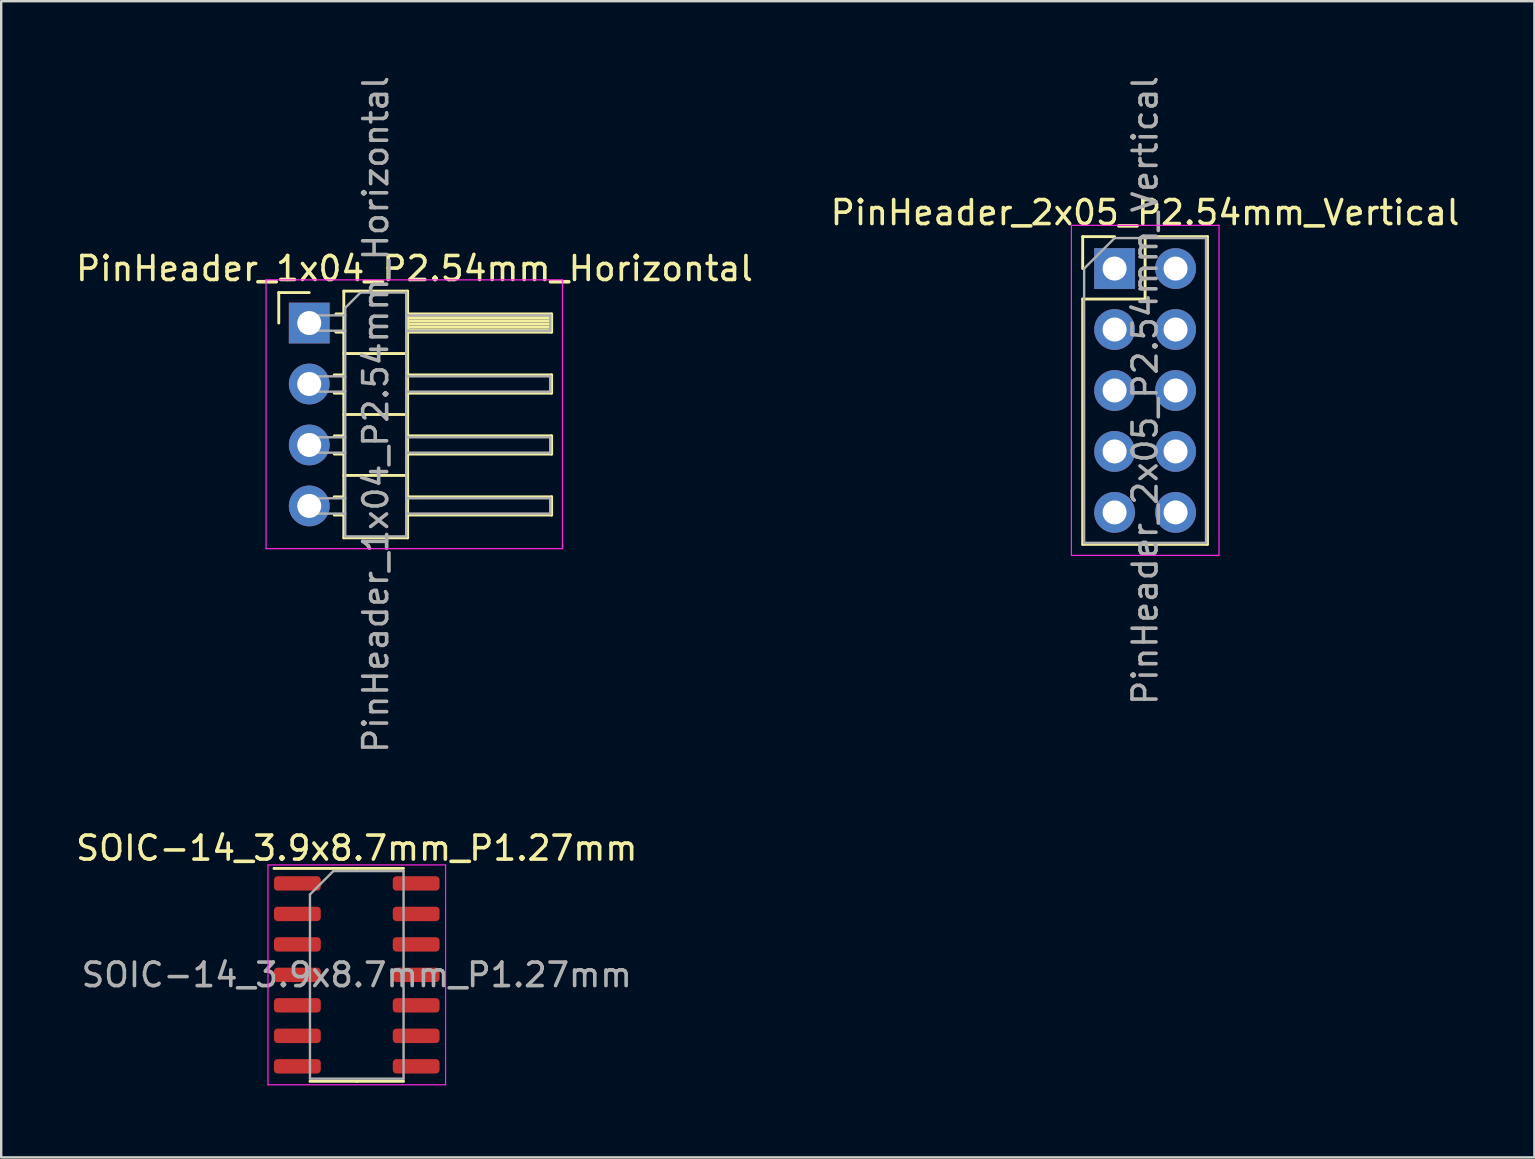
<source format=kicad_pcb>
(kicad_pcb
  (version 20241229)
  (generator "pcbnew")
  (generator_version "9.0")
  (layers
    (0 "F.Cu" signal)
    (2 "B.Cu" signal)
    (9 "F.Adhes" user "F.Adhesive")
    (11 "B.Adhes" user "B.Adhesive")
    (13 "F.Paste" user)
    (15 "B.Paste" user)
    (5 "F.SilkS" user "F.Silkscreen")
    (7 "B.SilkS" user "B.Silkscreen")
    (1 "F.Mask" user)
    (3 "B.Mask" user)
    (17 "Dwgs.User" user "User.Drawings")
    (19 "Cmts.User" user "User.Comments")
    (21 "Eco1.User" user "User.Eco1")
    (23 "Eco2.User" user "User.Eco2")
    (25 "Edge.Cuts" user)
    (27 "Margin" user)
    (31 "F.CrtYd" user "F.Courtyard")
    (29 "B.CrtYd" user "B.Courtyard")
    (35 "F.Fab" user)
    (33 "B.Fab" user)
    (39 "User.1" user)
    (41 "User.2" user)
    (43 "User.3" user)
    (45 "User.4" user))
  (footprint "PinHeader_1x04_P2.54mm_Horizontal"
    (layer "F.Cu")
    (at 9.835 10.41)
    (property "Reference" "PinHeader_1x04_P2.54mm_Horizontal" (at 4.385 -2.27 0) (layer "F.SilkS") (effects (font (size 1 1) (thickness 0.15))))
    (attr through_hole)
    (fp_line (start -1.27 -1.27) (end 0 -1.27) (stroke (width 0.12) (type solid)) (layer "F.SilkS"))
    (fp_line (start -1.27 0) (end -1.27 -1.27) (stroke (width 0.12) (type solid)) (layer "F.SilkS"))
    (fp_line (start 1.043 2.16) (end 1.44 2.16) (stroke (width 0.12) (type solid)) (layer "F.SilkS"))
    (fp_line (start 1.043 2.92) (end 1.44 2.92) (stroke (width 0.12) (type solid)) (layer "F.SilkS"))
    (fp_line (start 1.043 4.7) (end 1.44 4.7) (stroke (width 0.12) (type solid)) (layer "F.SilkS"))
    (fp_line (start 1.043 5.46) (end 1.44 5.46) (stroke (width 0.12) (type solid)) (layer "F.SilkS"))
    (fp_line (start 1.043 7.24) (end 1.44 7.24) (stroke (width 0.12) (type solid)) (layer "F.SilkS"))
    (fp_line (start 1.043 8) (end 1.44 8) (stroke (width 0.12) (type solid)) (layer "F.SilkS"))
    (fp_line (start 1.11 -0.38) (end 1.44 -0.38) (stroke (width 0.12) (type solid)) (layer "F.SilkS"))
    (fp_line (start 1.11 0.38) (end 1.44 0.38) (stroke (width 0.12) (type solid)) (layer "F.SilkS"))
    (fp_line (start 1.44 -1.33) (end 1.44 8.95) (stroke (width 0.12) (type solid)) (layer "F.SilkS"))
    (fp_line (start 1.44 1.27) (end 4.1 1.27) (stroke (width 0.12) (type solid)) (layer "F.SilkS"))
    (fp_line (start 1.44 3.81) (end 4.1 3.81) (stroke (width 0.12) (type solid)) (layer "F.SilkS"))
    (fp_line (start 1.44 6.35) (end 4.1 6.35) (stroke (width 0.12) (type solid)) (layer "F.SilkS"))
    (fp_line (start 1.44 8.95) (end 4.1 8.95) (stroke (width 0.12) (type solid)) (layer "F.SilkS"))
    (fp_line (start 4.1 -1.33) (end 1.44 -1.33) (stroke (width 0.12) (type solid)) (layer "F.SilkS"))
    (fp_line (start 4.1 -0.38) (end 10.1 -0.38) (stroke (width 0.12) (type solid)) (layer "F.SilkS"))
    (fp_line (start 4.1 -0.32) (end 10.1 -0.32) (stroke (width 0.12) (type solid)) (layer "F.SilkS"))
    (fp_line (start 4.1 -0.2) (end 10.1 -0.2) (stroke (width 0.12) (type solid)) (layer "F.SilkS"))
    (fp_line (start 4.1 -0.08) (end 10.1 -0.08) (stroke (width 0.12) (type solid)) (layer "F.SilkS"))
    (fp_line (start 4.1 0.04) (end 10.1 0.04) (stroke (width 0.12) (type solid)) (layer "F.SilkS"))
    (fp_line (start 4.1 0.16) (end 10.1 0.16) (stroke (width 0.12) (type solid)) (layer "F.SilkS"))
    (fp_line (start 4.1 0.28) (end 10.1 0.28) (stroke (width 0.12) (type solid)) (layer "F.SilkS"))
    (fp_line (start 4.1 2.16) (end 10.1 2.16) (stroke (width 0.12) (type solid)) (layer "F.SilkS"))
    (fp_line (start 4.1 4.7) (end 10.1 4.7) (stroke (width 0.12) (type solid)) (layer "F.SilkS"))
    (fp_line (start 4.1 7.24) (end 10.1 7.24) (stroke (width 0.12) (type solid)) (layer "F.SilkS"))
    (fp_line (start 4.1 8.95) (end 4.1 -1.33) (stroke (width 0.12) (type solid)) (layer "F.SilkS"))
    (fp_line (start 10.1 -0.38) (end 10.1 0.38) (stroke (width 0.12) (type solid)) (layer "F.SilkS"))
    (fp_line (start 10.1 0.38) (end 4.1 0.38) (stroke (width 0.12) (type solid)) (layer "F.SilkS"))
    (fp_line (start 10.1 2.16) (end 10.1 2.92) (stroke (width 0.12) (type solid)) (layer "F.SilkS"))
    (fp_line (start 10.1 2.92) (end 4.1 2.92) (stroke (width 0.12) (type solid)) (layer "F.SilkS"))
    (fp_line (start 10.1 4.7) (end 10.1 5.46) (stroke (width 0.12) (type solid)) (layer "F.SilkS"))
    (fp_line (start 10.1 5.46) (end 4.1 5.46) (stroke (width 0.12) (type solid)) (layer "F.SilkS"))
    (fp_line (start 10.1 7.24) (end 10.1 8) (stroke (width 0.12) (type solid)) (layer "F.SilkS"))
    (fp_line (start 10.1 8) (end 4.1 8) (stroke (width 0.12) (type solid)) (layer "F.SilkS"))
    (fp_line (start -1.8 -1.8) (end -1.8 9.4) (stroke (width 0.05) (type solid)) (layer "F.CrtYd"))
    (fp_line (start -1.8 9.4) (end 10.55 9.4) (stroke (width 0.05) (type solid)) (layer "F.CrtYd"))
    (fp_line (start 10.55 -1.8) (end -1.8 -1.8) (stroke (width 0.05) (type solid)) (layer "F.CrtYd"))
    (fp_line (start 10.55 9.4) (end 10.55 -1.8) (stroke (width 0.05) (type solid)) (layer "F.CrtYd"))
    (fp_line (start -0.32 -0.32) (end -0.32 0.32) (stroke (width 0.1) (type solid)) (layer "F.Fab"))
    (fp_line (start -0.32 -0.32) (end 1.5 -0.32) (stroke (width 0.1) (type solid)) (layer "F.Fab"))
    (fp_line (start -0.32 0.32) (end 1.5 0.32) (stroke (width 0.1) (type solid)) (layer "F.Fab"))
    (fp_line (start -0.32 2.22) (end -0.32 2.86) (stroke (width 0.1) (type solid)) (layer "F.Fab"))
    (fp_line (start -0.32 2.22) (end 1.5 2.22) (stroke (width 0.1) (type solid)) (layer "F.Fab"))
    (fp_line (start -0.32 2.86) (end 1.5 2.86) (stroke (width 0.1) (type solid)) (layer "F.Fab"))
    (fp_line (start -0.32 4.76) (end -0.32 5.4) (stroke (width 0.1) (type solid)) (layer "F.Fab"))
    (fp_line (start -0.32 4.76) (end 1.5 4.76) (stroke (width 0.1) (type solid)) (layer "F.Fab"))
    (fp_line (start -0.32 5.4) (end 1.5 5.4) (stroke (width 0.1) (type solid)) (layer "F.Fab"))
    (fp_line (start -0.32 7.3) (end -0.32 7.94) (stroke (width 0.1) (type solid)) (layer "F.Fab"))
    (fp_line (start -0.32 7.3) (end 1.5 7.3) (stroke (width 0.1) (type solid)) (layer "F.Fab"))
    (fp_line (start -0.32 7.94) (end 1.5 7.94) (stroke (width 0.1) (type solid)) (layer "F.Fab"))
    (fp_line (start 1.5 -0.635) (end 2.135 -1.27) (stroke (width 0.1) (type solid)) (layer "F.Fab"))
    (fp_line (start 1.5 8.89) (end 1.5 -0.635) (stroke (width 0.1) (type solid)) (layer "F.Fab"))
    (fp_line (start 2.135 -1.27) (end 4.04 -1.27) (stroke (width 0.1) (type solid)) (layer "F.Fab"))
    (fp_line (start 4.04 -1.27) (end 4.04 8.89) (stroke (width 0.1) (type solid)) (layer "F.Fab"))
    (fp_line (start 4.04 -0.32) (end 10.04 -0.32) (stroke (width 0.1) (type solid)) (layer "F.Fab"))
    (fp_line (start 4.04 0.32) (end 10.04 0.32) (stroke (width 0.1) (type solid)) (layer "F.Fab"))
    (fp_line (start 4.04 2.22) (end 10.04 2.22) (stroke (width 0.1) (type solid)) (layer "F.Fab"))
    (fp_line (start 4.04 2.86) (end 10.04 2.86) (stroke (width 0.1) (type solid)) (layer "F.Fab"))
    (fp_line (start 4.04 4.76) (end 10.04 4.76) (stroke (width 0.1) (type solid)) (layer "F.Fab"))
    (fp_line (start 4.04 5.4) (end 10.04 5.4) (stroke (width 0.1) (type solid)) (layer "F.Fab"))
    (fp_line (start 4.04 7.3) (end 10.04 7.3) (stroke (width 0.1) (type solid)) (layer "F.Fab"))
    (fp_line (start 4.04 7.94) (end 10.04 7.94) (stroke (width 0.1) (type solid)) (layer "F.Fab"))
    (fp_line (start 4.04 8.89) (end 1.5 8.89) (stroke (width 0.1) (type solid)) (layer "F.Fab"))
    (fp_line (start 10.04 -0.32) (end 10.04 0.32) (stroke (width 0.1) (type solid)) (layer "F.Fab"))
    (fp_line (start 10.04 2.22) (end 10.04 2.86) (stroke (width 0.1) (type solid)) (layer "F.Fab"))
    (fp_line (start 10.04 4.76) (end 10.04 5.4) (stroke (width 0.1) (type solid)) (layer "F.Fab"))
    (fp_line (start 10.04 7.3) (end 10.04 7.94) (stroke (width 0.1) (type solid)) (layer "F.Fab"))
    (fp_text user "${REFERENCE}" (at 2.77 3.81 90) (layer "F.Fab") (effects (font (size 1 1) (thickness 0.15))))
    (pad "1" thru_hole rect (at 0 0) (size 1.7 1.7) (drill 1) (layers "*.Cu" "*.Mask"))
    (pad "2" thru_hole oval (at 0 2.54) (size 1.7 1.7) (drill 1) (layers "*.Cu" "*.Mask"))
    (pad "3" thru_hole oval (at 0 5.08) (size 1.7 1.7) (drill 1) (layers "*.Cu" "*.Mask"))
    (pad "4" thru_hole oval (at 0 7.62) (size 1.7 1.7) (drill 1) (layers "*.Cu" "*.Mask")))
  (footprint "SOIC-14_3.9x8.7mm_P1.27mm"
    (layer "F.Cu")
    (at 11.815 37.569)
    (property "Reference" "SOIC-14_3.9x8.7mm_P1.27mm" (at 0 -5.28 0) (layer "F.SilkS") (effects (font (size 1 1) (thickness 0.15))))
    (attr smd)
    (fp_line (start 0 -4.435) (end -3.45 -4.435) (stroke (width 0.12) (type solid)) (layer "F.SilkS"))
    (fp_line (start 0 -4.435) (end 1.95 -4.435) (stroke (width 0.12) (type solid)) (layer "F.SilkS"))
    (fp_line (start 0 4.435) (end -1.95 4.435) (stroke (width 0.12) (type solid)) (layer "F.SilkS"))
    (fp_line (start 0 4.435) (end 1.95 4.435) (stroke (width 0.12) (type solid)) (layer "F.SilkS"))
    (fp_line (start -3.7 -4.58) (end -3.7 4.58) (stroke (width 0.05) (type solid)) (layer "F.CrtYd"))
    (fp_line (start -3.7 4.58) (end 3.7 4.58) (stroke (width 0.05) (type solid)) (layer "F.CrtYd"))
    (fp_line (start 3.7 -4.58) (end -3.7 -4.58) (stroke (width 0.05) (type solid)) (layer "F.CrtYd"))
    (fp_line (start 3.7 4.58) (end 3.7 -4.58) (stroke (width 0.05) (type solid)) (layer "F.CrtYd"))
    (fp_line (start -1.95 -3.35) (end -0.975 -4.325) (stroke (width 0.1) (type solid)) (layer "F.Fab"))
    (fp_line (start -1.95 4.325) (end -1.95 -3.35) (stroke (width 0.1) (type solid)) (layer "F.Fab"))
    (fp_line (start -0.975 -4.325) (end 1.95 -4.325) (stroke (width 0.1) (type solid)) (layer "F.Fab"))
    (fp_line (start 1.95 -4.325) (end 1.95 4.325) (stroke (width 0.1) (type solid)) (layer "F.Fab"))
    (fp_line (start 1.95 4.325) (end -1.95 4.325) (stroke (width 0.1) (type solid)) (layer "F.Fab"))
    (fp_text user "${REFERENCE}" (at 0 0 0) (layer "F.Fab") (effects (font (size 0.98 0.98) (thickness 0.15))))
    (pad "1" smd roundrect (at -2.475 -3.81) (size 1.95 0.6) (layers "F.Cu" "F.Mask" "F.Paste") (roundrect_rratio 0.25))
    (pad "2" smd roundrect (at -2.475 -2.54) (size 1.95 0.6) (layers "F.Cu" "F.Mask" "F.Paste") (roundrect_rratio 0.25))
    (pad "3" smd roundrect (at -2.475 -1.27) (size 1.95 0.6) (layers "F.Cu" "F.Mask" "F.Paste") (roundrect_rratio 0.25))
    (pad "4" smd roundrect (at -2.475 0) (size 1.95 0.6) (layers "F.Cu" "F.Mask" "F.Paste") (roundrect_rratio 0.25))
    (pad "5" smd roundrect (at -2.475 1.27) (size 1.95 0.6) (layers "F.Cu" "F.Mask" "F.Paste") (roundrect_rratio 0.25))
    (pad "6" smd roundrect (at -2.475 2.54) (size 1.95 0.6) (layers "F.Cu" "F.Mask" "F.Paste") (roundrect_rratio 0.25))
    (pad "7" smd roundrect (at -2.475 3.81) (size 1.95 0.6) (layers "F.Cu" "F.Mask" "F.Paste") (roundrect_rratio 0.25))
    (pad "8" smd roundrect (at 2.475 3.81) (size 1.95 0.6) (layers "F.Cu" "F.Mask" "F.Paste") (roundrect_rratio 0.25))
    (pad "9" smd roundrect (at 2.475 2.54) (size 1.95 0.6) (layers "F.Cu" "F.Mask" "F.Paste") (roundrect_rratio 0.25))
    (pad "10" smd roundrect (at 2.475 1.27) (size 1.95 0.6) (layers "F.Cu" "F.Mask" "F.Paste") (roundrect_rratio 0.25))
    (pad "11" smd roundrect (at 2.475 0) (size 1.95 0.6) (layers "F.Cu" "F.Mask" "F.Paste") (roundrect_rratio 0.25))
    (pad "12" smd roundrect (at 2.475 -1.27) (size 1.95 0.6) (layers "F.Cu" "F.Mask" "F.Paste") (roundrect_rratio 0.25))
    (pad "13" smd roundrect (at 2.475 -2.54) (size 1.95 0.6) (layers "F.Cu" "F.Mask" "F.Paste") (roundrect_rratio 0.25))
    (pad "14" smd roundrect (at 2.475 -3.81) (size 1.95 0.6) (layers "F.Cu" "F.Mask" "F.Paste") (roundrect_rratio 0.25)))
  (footprint "PinHeader_2x05_P2.54mm_Vertical"
    (layer "F.Cu")
    (at 43.391 8.14)
    (property "Reference" "PinHeader_2x05_P2.54mm_Vertical" (at 1.27 -2.33 0) (layer "F.SilkS") (effects (font (size 1 1) (thickness 0.15))))
    (attr through_hole)
    (fp_line (start -1.33 -1.33) (end 0 -1.33) (stroke (width 0.12) (type solid)) (layer "F.SilkS"))
    (fp_line (start -1.33 0) (end -1.33 -1.33) (stroke (width 0.12) (type solid)) (layer "F.SilkS"))
    (fp_line (start -1.33 1.27) (end -1.33 11.49) (stroke (width 0.12) (type solid)) (layer "F.SilkS"))
    (fp_line (start -1.33 1.27) (end 1.27 1.27) (stroke (width 0.12) (type solid)) (layer "F.SilkS"))
    (fp_line (start -1.33 11.49) (end 3.87 11.49) (stroke (width 0.12) (type solid)) (layer "F.SilkS"))
    (fp_line (start 1.27 -1.33) (end 3.87 -1.33) (stroke (width 0.12) (type solid)) (layer "F.SilkS"))
    (fp_line (start 1.27 1.27) (end 1.27 -1.33) (stroke (width 0.12) (type solid)) (layer "F.SilkS"))
    (fp_line (start 3.87 -1.33) (end 3.87 11.49) (stroke (width 0.12) (type solid)) (layer "F.SilkS"))
    (fp_line (start -1.8 -1.8) (end -1.8 11.95) (stroke (width 0.05) (type solid)) (layer "F.CrtYd"))
    (fp_line (start -1.8 11.95) (end 4.35 11.95) (stroke (width 0.05) (type solid)) (layer "F.CrtYd"))
    (fp_line (start 4.35 -1.8) (end -1.8 -1.8) (stroke (width 0.05) (type solid)) (layer "F.CrtYd"))
    (fp_line (start 4.35 11.95) (end 4.35 -1.8) (stroke (width 0.05) (type solid)) (layer "F.CrtYd"))
    (fp_line (start -1.27 0) (end 0 -1.27) (stroke (width 0.1) (type solid)) (layer "F.Fab"))
    (fp_line (start -1.27 11.43) (end -1.27 0) (stroke (width 0.1) (type solid)) (layer "F.Fab"))
    (fp_line (start 0 -1.27) (end 3.81 -1.27) (stroke (width 0.1) (type solid)) (layer "F.Fab"))
    (fp_line (start 3.81 -1.27) (end 3.81 11.43) (stroke (width 0.1) (type solid)) (layer "F.Fab"))
    (fp_line (start 3.81 11.43) (end -1.27 11.43) (stroke (width 0.1) (type solid)) (layer "F.Fab"))
    (fp_text user "${REFERENCE}" (at 1.27 5.08 90) (layer "F.Fab") (effects (font (size 1 1) (thickness 0.15))))
    (pad "1" thru_hole rect (at 0 0) (size 1.7 1.7) (drill 1) (layers "*.Cu" "*.Mask"))
    (pad "2" thru_hole oval (at 2.54 0) (size 1.7 1.7) (drill 1) (layers "*.Cu" "*.Mask"))
    (pad "3" thru_hole oval (at 0 2.54) (size 1.7 1.7) (drill 1) (layers "*.Cu" "*.Mask"))
    (pad "4" thru_hole oval (at 2.54 2.54) (size 1.7 1.7) (drill 1) (layers "*.Cu" "*.Mask"))
    (pad "5" thru_hole oval (at 0 5.08) (size 1.7 1.7) (drill 1) (layers "*.Cu" "*.Mask"))
    (pad "6" thru_hole oval (at 2.54 5.08) (size 1.7 1.7) (drill 1) (layers "*.Cu" "*.Mask"))
    (pad "7" thru_hole oval (at 0 7.62) (size 1.7 1.7) (drill 1) (layers "*.Cu" "*.Mask"))
    (pad "8" thru_hole oval (at 2.54 7.62) (size 1.7 1.7) (drill 1) (layers "*.Cu" "*.Mask"))
    (pad "9" thru_hole oval (at 0 10.16) (size 1.7 1.7) (drill 1) (layers "*.Cu" "*.Mask"))
    (pad "10" thru_hole oval (at 2.54 10.16) (size 1.7 1.7) (drill 1) (layers "*.Cu" "*.Mask")))
  (gr_rect
    (start -3 -3)
    (end 60.881 45.174)
    (stroke (width 0.1) (type default))
    (fill no)
    (layer "Edge.Cuts")))
</source>
